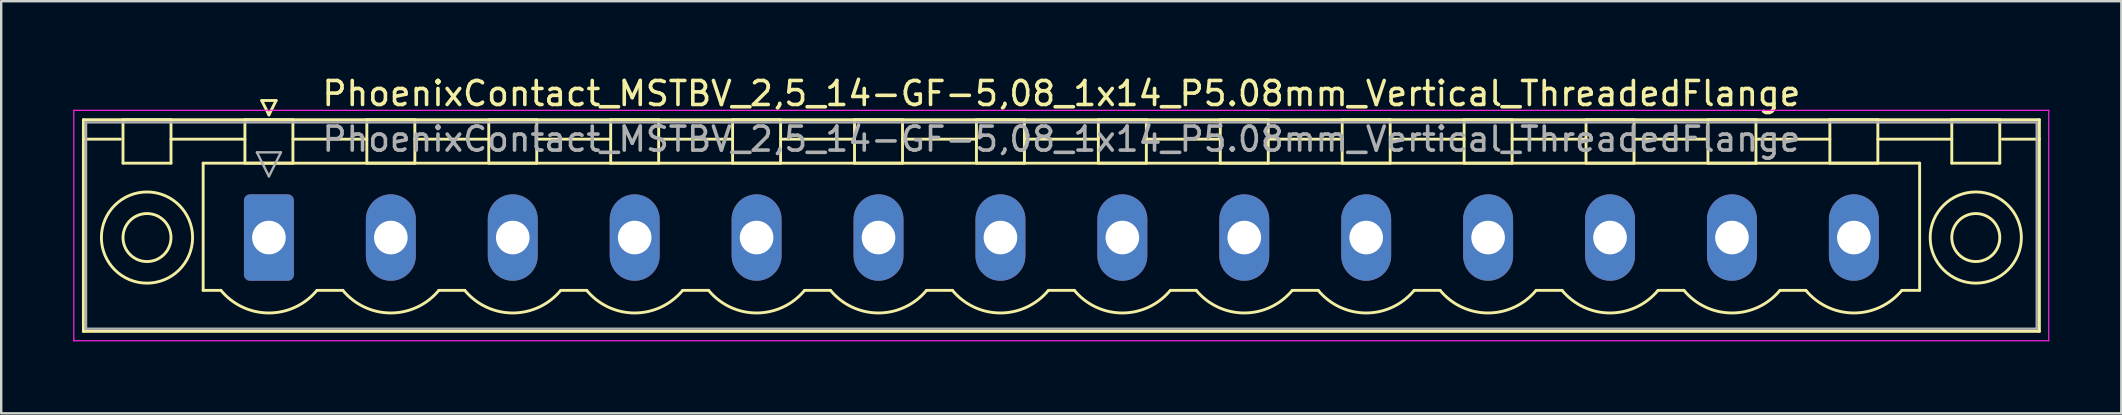
<source format=kicad_pcb>
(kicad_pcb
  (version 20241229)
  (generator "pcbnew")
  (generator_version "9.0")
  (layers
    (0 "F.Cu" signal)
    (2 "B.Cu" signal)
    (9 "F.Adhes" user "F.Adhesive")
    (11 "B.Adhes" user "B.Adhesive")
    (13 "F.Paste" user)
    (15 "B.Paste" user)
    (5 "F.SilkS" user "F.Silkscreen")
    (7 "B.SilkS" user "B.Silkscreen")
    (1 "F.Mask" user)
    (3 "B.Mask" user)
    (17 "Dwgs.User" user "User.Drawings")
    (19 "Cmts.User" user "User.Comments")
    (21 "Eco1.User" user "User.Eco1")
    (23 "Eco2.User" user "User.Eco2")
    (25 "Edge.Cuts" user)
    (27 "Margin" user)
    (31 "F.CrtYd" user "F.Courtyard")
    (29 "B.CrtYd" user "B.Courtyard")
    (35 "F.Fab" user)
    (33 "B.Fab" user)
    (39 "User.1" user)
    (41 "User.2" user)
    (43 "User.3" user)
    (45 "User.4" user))
  (footprint "PhoenixContact_MSTBV_2,5_14-GF-5,08_1x14_P5.08mm_Vertical_ThreadedFlange"
    (layer "F.Cu")
    (at 8.155 6.848)
    (property "Reference" "PhoenixContact_MSTBV_2,5_14-GF-5,08_1x14_P5.08mm_Vertical_ThreadedFlange" (at 33.02 -6 0) (layer "F.SilkS") (effects (font (size 1 1) (thickness 0.15))))
    (attr through_hole)
    (fp_line (start -7.73 -4.91) (end -7.73 3.91) (stroke (width 0.12) (type solid)) (layer "F.SilkS"))
    (fp_line (start -7.73 -4.1) (end -6.19 -4.1) (stroke (width 0.12) (type solid)) (layer "F.SilkS"))
    (fp_line (start -7.73 3.91) (end 73.77 3.91) (stroke (width 0.12) (type solid)) (layer "F.SilkS"))
    (fp_line (start -6.08 -4.91) (end -4.08 -4.91) (stroke (width 0.12) (type solid)) (layer "F.SilkS"))
    (fp_line (start -6.08 -3.1) (end -6.08 -4.91) (stroke (width 0.12) (type solid)) (layer "F.SilkS"))
    (fp_line (start -4.08 -4.91) (end -4.08 -3.1) (stroke (width 0.12) (type solid)) (layer "F.SilkS"))
    (fp_line (start -4.08 -4.1) (end -1 -4.1) (stroke (width 0.12) (type solid)) (layer "F.SilkS"))
    (fp_line (start -4.08 -3.1) (end -6.08 -3.1) (stroke (width 0.12) (type solid)) (layer "F.SilkS"))
    (fp_line (start -2.74 -3.1) (end 68.78 -3.1) (stroke (width 0.12) (type solid)) (layer "F.SilkS"))
    (fp_line (start -2.74 2.2) (end -2.74 -3.1) (stroke (width 0.12) (type solid)) (layer "F.SilkS"))
    (fp_line (start -2 2.2) (end -2.74 2.2) (stroke (width 0.12) (type solid)) (layer "F.SilkS"))
    (fp_line (start -1 -4.91) (end 1 -4.91) (stroke (width 0.12) (type solid)) (layer "F.SilkS"))
    (fp_line (start -1 -3.1) (end -1 -4.91) (stroke (width 0.12) (type solid)) (layer "F.SilkS"))
    (fp_line (start -0.3 -5.71) (end 0.3 -5.71) (stroke (width 0.12) (type solid)) (layer "F.SilkS"))
    (fp_line (start 0 -5.11) (end -0.3 -5.71) (stroke (width 0.12) (type solid)) (layer "F.SilkS"))
    (fp_line (start 0.3 -5.71) (end 0 -5.11) (stroke (width 0.12) (type solid)) (layer "F.SilkS"))
    (fp_line (start 1 -4.91) (end 1 -3.1) (stroke (width 0.12) (type solid)) (layer "F.SilkS"))
    (fp_line (start 1 -4.1) (end 4.08 -4.1) (stroke (width 0.12) (type solid)) (layer "F.SilkS"))
    (fp_line (start 1 -3.1) (end -1 -3.1) (stroke (width 0.12) (type solid)) (layer "F.SilkS"))
    (fp_line (start 2 2.2) (end 3.08 2.2) (stroke (width 0.12) (type solid)) (layer "F.SilkS"))
    (fp_line (start 4.08 -4.91) (end 6.08 -4.91) (stroke (width 0.12) (type solid)) (layer "F.SilkS"))
    (fp_line (start 4.08 -3.1) (end 4.08 -4.91) (stroke (width 0.12) (type solid)) (layer "F.SilkS"))
    (fp_line (start 6.08 -4.91) (end 6.08 -3.1) (stroke (width 0.12) (type solid)) (layer "F.SilkS"))
    (fp_line (start 6.08 -4.1) (end 9.16 -4.1) (stroke (width 0.12) (type solid)) (layer "F.SilkS"))
    (fp_line (start 6.08 -3.1) (end 4.08 -3.1) (stroke (width 0.12) (type solid)) (layer "F.SilkS"))
    (fp_line (start 7.08 2.2) (end 8.16 2.2) (stroke (width 0.12) (type solid)) (layer "F.SilkS"))
    (fp_line (start 9.16 -4.91) (end 11.16 -4.91) (stroke (width 0.12) (type solid)) (layer "F.SilkS"))
    (fp_line (start 9.16 -3.1) (end 9.16 -4.91) (stroke (width 0.12) (type solid)) (layer "F.SilkS"))
    (fp_line (start 11.16 -4.91) (end 11.16 -3.1) (stroke (width 0.12) (type solid)) (layer "F.SilkS"))
    (fp_line (start 11.16 -4.1) (end 14.24 -4.1) (stroke (width 0.12) (type solid)) (layer "F.SilkS"))
    (fp_line (start 11.16 -3.1) (end 9.16 -3.1) (stroke (width 0.12) (type solid)) (layer "F.SilkS"))
    (fp_line (start 12.16 2.2) (end 13.24 2.2) (stroke (width 0.12) (type solid)) (layer "F.SilkS"))
    (fp_line (start 14.24 -4.91) (end 16.24 -4.91) (stroke (width 0.12) (type solid)) (layer "F.SilkS"))
    (fp_line (start 14.24 -3.1) (end 14.24 -4.91) (stroke (width 0.12) (type solid)) (layer "F.SilkS"))
    (fp_line (start 16.24 -4.91) (end 16.24 -3.1) (stroke (width 0.12) (type solid)) (layer "F.SilkS"))
    (fp_line (start 16.24 -4.1) (end 19.32 -4.1) (stroke (width 0.12) (type solid)) (layer "F.SilkS"))
    (fp_line (start 16.24 -3.1) (end 14.24 -3.1) (stroke (width 0.12) (type solid)) (layer "F.SilkS"))
    (fp_line (start 17.24 2.2) (end 18.32 2.2) (stroke (width 0.12) (type solid)) (layer "F.SilkS"))
    (fp_line (start 19.32 -4.91) (end 21.32 -4.91) (stroke (width 0.12) (type solid)) (layer "F.SilkS"))
    (fp_line (start 19.32 -3.1) (end 19.32 -4.91) (stroke (width 0.12) (type solid)) (layer "F.SilkS"))
    (fp_line (start 21.32 -4.91) (end 21.32 -3.1) (stroke (width 0.12) (type solid)) (layer "F.SilkS"))
    (fp_line (start 21.32 -4.1) (end 24.4 -4.1) (stroke (width 0.12) (type solid)) (layer "F.SilkS"))
    (fp_line (start 21.32 -3.1) (end 19.32 -3.1) (stroke (width 0.12) (type solid)) (layer "F.SilkS"))
    (fp_line (start 22.32 2.2) (end 23.4 2.2) (stroke (width 0.12) (type solid)) (layer "F.SilkS"))
    (fp_line (start 24.4 -4.91) (end 26.4 -4.91) (stroke (width 0.12) (type solid)) (layer "F.SilkS"))
    (fp_line (start 24.4 -3.1) (end 24.4 -4.91) (stroke (width 0.12) (type solid)) (layer "F.SilkS"))
    (fp_line (start 26.4 -4.91) (end 26.4 -3.1) (stroke (width 0.12) (type solid)) (layer "F.SilkS"))
    (fp_line (start 26.4 -4.1) (end 29.48 -4.1) (stroke (width 0.12) (type solid)) (layer "F.SilkS"))
    (fp_line (start 26.4 -3.1) (end 24.4 -3.1) (stroke (width 0.12) (type solid)) (layer "F.SilkS"))
    (fp_line (start 27.4 2.2) (end 28.48 2.2) (stroke (width 0.12) (type solid)) (layer "F.SilkS"))
    (fp_line (start 29.48 -4.91) (end 31.48 -4.91) (stroke (width 0.12) (type solid)) (layer "F.SilkS"))
    (fp_line (start 29.48 -3.1) (end 29.48 -4.91) (stroke (width 0.12) (type solid)) (layer "F.SilkS"))
    (fp_line (start 31.48 -4.91) (end 31.48 -3.1) (stroke (width 0.12) (type solid)) (layer "F.SilkS"))
    (fp_line (start 31.48 -4.1) (end 34.56 -4.1) (stroke (width 0.12) (type solid)) (layer "F.SilkS"))
    (fp_line (start 31.48 -3.1) (end 29.48 -3.1) (stroke (width 0.12) (type solid)) (layer "F.SilkS"))
    (fp_line (start 32.48 2.2) (end 33.56 2.2) (stroke (width 0.12) (type solid)) (layer "F.SilkS"))
    (fp_line (start 34.56 -4.91) (end 36.56 -4.91) (stroke (width 0.12) (type solid)) (layer "F.SilkS"))
    (fp_line (start 34.56 -3.1) (end 34.56 -4.91) (stroke (width 0.12) (type solid)) (layer "F.SilkS"))
    (fp_line (start 36.56 -4.91) (end 36.56 -3.1) (stroke (width 0.12) (type solid)) (layer "F.SilkS"))
    (fp_line (start 36.56 -4.1) (end 39.64 -4.1) (stroke (width 0.12) (type solid)) (layer "F.SilkS"))
    (fp_line (start 36.56 -3.1) (end 34.56 -3.1) (stroke (width 0.12) (type solid)) (layer "F.SilkS"))
    (fp_line (start 37.56 2.2) (end 38.64 2.2) (stroke (width 0.12) (type solid)) (layer "F.SilkS"))
    (fp_line (start 39.64 -4.91) (end 41.64 -4.91) (stroke (width 0.12) (type solid)) (layer "F.SilkS"))
    (fp_line (start 39.64 -3.1) (end 39.64 -4.91) (stroke (width 0.12) (type solid)) (layer "F.SilkS"))
    (fp_line (start 41.64 -4.91) (end 41.64 -3.1) (stroke (width 0.12) (type solid)) (layer "F.SilkS"))
    (fp_line (start 41.64 -4.1) (end 44.72 -4.1) (stroke (width 0.12) (type solid)) (layer "F.SilkS"))
    (fp_line (start 41.64 -3.1) (end 39.64 -3.1) (stroke (width 0.12) (type solid)) (layer "F.SilkS"))
    (fp_line (start 42.64 2.2) (end 43.72 2.2) (stroke (width 0.12) (type solid)) (layer "F.SilkS"))
    (fp_line (start 44.72 -4.91) (end 46.72 -4.91) (stroke (width 0.12) (type solid)) (layer "F.SilkS"))
    (fp_line (start 44.72 -3.1) (end 44.72 -4.91) (stroke (width 0.12) (type solid)) (layer "F.SilkS"))
    (fp_line (start 46.72 -4.91) (end 46.72 -3.1) (stroke (width 0.12) (type solid)) (layer "F.SilkS"))
    (fp_line (start 46.72 -4.1) (end 49.8 -4.1) (stroke (width 0.12) (type solid)) (layer "F.SilkS"))
    (fp_line (start 46.72 -3.1) (end 44.72 -3.1) (stroke (width 0.12) (type solid)) (layer "F.SilkS"))
    (fp_line (start 47.72 2.2) (end 48.8 2.2) (stroke (width 0.12) (type solid)) (layer "F.SilkS"))
    (fp_line (start 49.8 -4.91) (end 51.8 -4.91) (stroke (width 0.12) (type solid)) (layer "F.SilkS"))
    (fp_line (start 49.8 -3.1) (end 49.8 -4.91) (stroke (width 0.12) (type solid)) (layer "F.SilkS"))
    (fp_line (start 51.8 -4.91) (end 51.8 -3.1) (stroke (width 0.12) (type solid)) (layer "F.SilkS"))
    (fp_line (start 51.8 -4.1) (end 54.88 -4.1) (stroke (width 0.12) (type solid)) (layer "F.SilkS"))
    (fp_line (start 51.8 -3.1) (end 49.8 -3.1) (stroke (width 0.12) (type solid)) (layer "F.SilkS"))
    (fp_line (start 52.8 2.2) (end 53.88 2.2) (stroke (width 0.12) (type solid)) (layer "F.SilkS"))
    (fp_line (start 54.88 -4.91) (end 56.88 -4.91) (stroke (width 0.12) (type solid)) (layer "F.SilkS"))
    (fp_line (start 54.88 -3.1) (end 54.88 -4.91) (stroke (width 0.12) (type solid)) (layer "F.SilkS"))
    (fp_line (start 56.88 -4.91) (end 56.88 -3.1) (stroke (width 0.12) (type solid)) (layer "F.SilkS"))
    (fp_line (start 56.88 -4.1) (end 59.96 -4.1) (stroke (width 0.12) (type solid)) (layer "F.SilkS"))
    (fp_line (start 56.88 -3.1) (end 54.88 -3.1) (stroke (width 0.12) (type solid)) (layer "F.SilkS"))
    (fp_line (start 57.88 2.2) (end 58.96 2.2) (stroke (width 0.12) (type solid)) (layer "F.SilkS"))
    (fp_line (start 59.96 -4.91) (end 61.96 -4.91) (stroke (width 0.12) (type solid)) (layer "F.SilkS"))
    (fp_line (start 59.96 -3.1) (end 59.96 -4.91) (stroke (width 0.12) (type solid)) (layer "F.SilkS"))
    (fp_line (start 61.96 -4.91) (end 61.96 -3.1) (stroke (width 0.12) (type solid)) (layer "F.SilkS"))
    (fp_line (start 61.96 -4.1) (end 65.04 -4.1) (stroke (width 0.12) (type solid)) (layer "F.SilkS"))
    (fp_line (start 61.96 -3.1) (end 59.96 -3.1) (stroke (width 0.12) (type solid)) (layer "F.SilkS"))
    (fp_line (start 62.96 2.2) (end 64.04 2.2) (stroke (width 0.12) (type solid)) (layer "F.SilkS"))
    (fp_line (start 65.04 -4.91) (end 67.04 -4.91) (stroke (width 0.12) (type solid)) (layer "F.SilkS"))
    (fp_line (start 65.04 -3.1) (end 65.04 -4.91) (stroke (width 0.12) (type solid)) (layer "F.SilkS"))
    (fp_line (start 67.04 -4.91) (end 67.04 -3.1) (stroke (width 0.12) (type solid)) (layer "F.SilkS"))
    (fp_line (start 67.04 -4.1) (end 70.12 -4.1) (stroke (width 0.12) (type solid)) (layer "F.SilkS"))
    (fp_line (start 67.04 -3.1) (end 65.04 -3.1) (stroke (width 0.12) (type solid)) (layer "F.SilkS"))
    (fp_line (start 68.78 -3.1) (end 68.78 2.2) (stroke (width 0.12) (type solid)) (layer "F.SilkS"))
    (fp_line (start 68.78 2.2) (end 68.04 2.2) (stroke (width 0.12) (type solid)) (layer "F.SilkS"))
    (fp_line (start 70.12 -4.91) (end 72.12 -4.91) (stroke (width 0.12) (type solid)) (layer "F.SilkS"))
    (fp_line (start 70.12 -3.1) (end 70.12 -4.91) (stroke (width 0.12) (type solid)) (layer "F.SilkS"))
    (fp_line (start 72.12 -4.91) (end 72.12 -3.1) (stroke (width 0.12) (type solid)) (layer "F.SilkS"))
    (fp_line (start 72.12 -3.1) (end 70.12 -3.1) (stroke (width 0.12) (type solid)) (layer "F.SilkS"))
    (fp_line (start 73.77 -4.91) (end -7.73 -4.91) (stroke (width 0.12) (type solid)) (layer "F.SilkS"))
    (fp_line (start 73.77 -4.1) (end 72.23 -4.1) (stroke (width 0.12) (type solid)) (layer "F.SilkS"))
    (fp_line (start 73.77 3.91) (end 73.77 -4.91) (stroke (width 0.12) (type solid)) (layer "F.SilkS"))
    (fp_arc (start 1.986842 2.215821) (mid -0.010289 3.142758) (end -2 2.2) (stroke (width 0.12) (type solid)) (layer "F.SilkS"))
    (fp_arc (start 7.066842 2.215821) (mid 5.069711 3.142758) (end 3.08 2.2) (stroke (width 0.12) (type solid)) (layer "F.SilkS"))
    (fp_arc (start 12.146842 2.215821) (mid 10.149711 3.142758) (end 8.16 2.2) (stroke (width 0.12) (type solid)) (layer "F.SilkS"))
    (fp_arc (start 17.226842 2.215821) (mid 15.229711 3.142758) (end 13.24 2.2) (stroke (width 0.12) (type solid)) (layer "F.SilkS"))
    (fp_arc (start 22.306842 2.215821) (mid 20.309711 3.142758) (end 18.32 2.2) (stroke (width 0.12) (type solid)) (layer "F.SilkS"))
    (fp_arc (start 27.386842 2.215821) (mid 25.389711 3.142758) (end 23.4 2.2) (stroke (width 0.12) (type solid)) (layer "F.SilkS"))
    (fp_arc (start 32.466842 2.215821) (mid 30.469711 3.142758) (end 28.48 2.2) (stroke (width 0.12) (type solid)) (layer "F.SilkS"))
    (fp_arc (start 37.546842 2.215821) (mid 35.549711 3.142758) (end 33.56 2.2) (stroke (width 0.12) (type solid)) (layer "F.SilkS"))
    (fp_arc (start 42.626842 2.215821) (mid 40.629711 3.142758) (end 38.64 2.2) (stroke (width 0.12) (type solid)) (layer "F.SilkS"))
    (fp_arc (start 47.706842 2.215821) (mid 45.709711 3.142758) (end 43.72 2.2) (stroke (width 0.12) (type solid)) (layer "F.SilkS"))
    (fp_arc (start 52.786842 2.215821) (mid 50.789711 3.142758) (end 48.8 2.2) (stroke (width 0.12) (type solid)) (layer "F.SilkS"))
    (fp_arc (start 57.866842 2.215821) (mid 55.869711 3.142758) (end 53.88 2.2) (stroke (width 0.12) (type solid)) (layer "F.SilkS"))
    (fp_arc (start 62.946842 2.215821) (mid 60.949711 3.142758) (end 58.96 2.2) (stroke (width 0.12) (type solid)) (layer "F.SilkS"))
    (fp_arc (start 68.026842 2.215821) (mid 66.029711 3.142758) (end 64.04 2.2) (stroke (width 0.12) (type solid)) (layer "F.SilkS"))
    (fp_circle (center -5.08 0) (end -4.08 0) (stroke (width 0.12) (type solid)) (fill no) (layer "F.SilkS"))
    (fp_circle (center -5.08 0) (end -3.18 0) (stroke (width 0.12) (type solid)) (fill no) (layer "F.SilkS"))
    (fp_circle (center 71.12 0) (end 72.12 0) (stroke (width 0.12) (type solid)) (fill no) (layer "F.SilkS"))
    (fp_circle (center 71.12 0) (end 73.02 0) (stroke (width 0.12) (type solid)) (fill no) (layer "F.SilkS"))
    (fp_line (start -8.13 -5.3) (end -8.13 4.3) (stroke (width 0.05) (type solid)) (layer "F.CrtYd"))
    (fp_line (start -8.13 4.3) (end 74.16 4.3) (stroke (width 0.05) (type solid)) (layer "F.CrtYd"))
    (fp_line (start 74.16 -5.3) (end -8.13 -5.3) (stroke (width 0.05) (type solid)) (layer "F.CrtYd"))
    (fp_line (start 74.16 4.3) (end 74.16 -5.3) (stroke (width 0.05) (type solid)) (layer "F.CrtYd"))
    (fp_line (start -7.62 -4.8) (end -7.62 3.8) (stroke (width 0.1) (type solid)) (layer "F.Fab"))
    (fp_line (start -7.62 3.8) (end 73.66 3.8) (stroke (width 0.1) (type solid)) (layer "F.Fab"))
    (fp_line (start -0.5 -3.55) (end 0.5 -3.55) (stroke (width 0.1) (type solid)) (layer "F.Fab"))
    (fp_line (start 0 -2.55) (end -0.5 -3.55) (stroke (width 0.1) (type solid)) (layer "F.Fab"))
    (fp_line (start 0.5 -3.55) (end 0 -2.55) (stroke (width 0.1) (type solid)) (layer "F.Fab"))
    (fp_line (start 73.66 -4.8) (end -7.62 -4.8) (stroke (width 0.1) (type solid)) (layer "F.Fab"))
    (fp_line (start 73.66 3.8) (end 73.66 -4.8) (stroke (width 0.1) (type solid)) (layer "F.Fab"))
    (fp_text user "${REFERENCE}" (at 33.02 -4.1 0) (layer "F.Fab") (effects (font (size 1 1) (thickness 0.15))))
    (pad "1" thru_hole roundrect (at 0 0) (size 2.08 3.6) (drill 1.4) (layers "*.Cu" "*.Mask") (roundrect_rratio 0.12))
    (pad "2" thru_hole oval (at 5.08 0) (size 2.08 3.6) (drill 1.4) (layers "*.Cu" "*.Mask"))
    (pad "3" thru_hole oval (at 10.16 0) (size 2.08 3.6) (drill 1.4) (layers "*.Cu" "*.Mask"))
    (pad "4" thru_hole oval (at 15.24 0) (size 2.08 3.6) (drill 1.4) (layers "*.Cu" "*.Mask"))
    (pad "5" thru_hole oval (at 20.32 0) (size 2.08 3.6) (drill 1.4) (layers "*.Cu" "*.Mask"))
    (pad "6" thru_hole oval (at 25.4 0) (size 2.08 3.6) (drill 1.4) (layers "*.Cu" "*.Mask"))
    (pad "7" thru_hole oval (at 30.48 0) (size 2.08 3.6) (drill 1.4) (layers "*.Cu" "*.Mask"))
    (pad "8" thru_hole oval (at 35.56 0) (size 2.08 3.6) (drill 1.4) (layers "*.Cu" "*.Mask"))
    (pad "9" thru_hole oval (at 40.64 0) (size 2.08 3.6) (drill 1.4) (layers "*.Cu" "*.Mask"))
    (pad "10" thru_hole oval (at 45.72 0) (size 2.08 3.6) (drill 1.4) (layers "*.Cu" "*.Mask"))
    (pad "11" thru_hole oval (at 50.8 0) (size 2.08 3.6) (drill 1.4) (layers "*.Cu" "*.Mask"))
    (pad "12" thru_hole oval (at 55.88 0) (size 2.08 3.6) (drill 1.4) (layers "*.Cu" "*.Mask"))
    (pad "13" thru_hole oval (at 60.96 0) (size 2.08 3.6) (drill 1.4) (layers "*.Cu" "*.Mask"))
    (pad "14" thru_hole oval (at 66.04 0) (size 2.08 3.6) (drill 1.4) (layers "*.Cu" "*.Mask")))
  (gr_rect
    (start -3 -3)
    (end 85.34 14.173)
    (stroke (width 0.1) (type default))
    (fill no)
    (layer "Edge.Cuts")))
</source>
